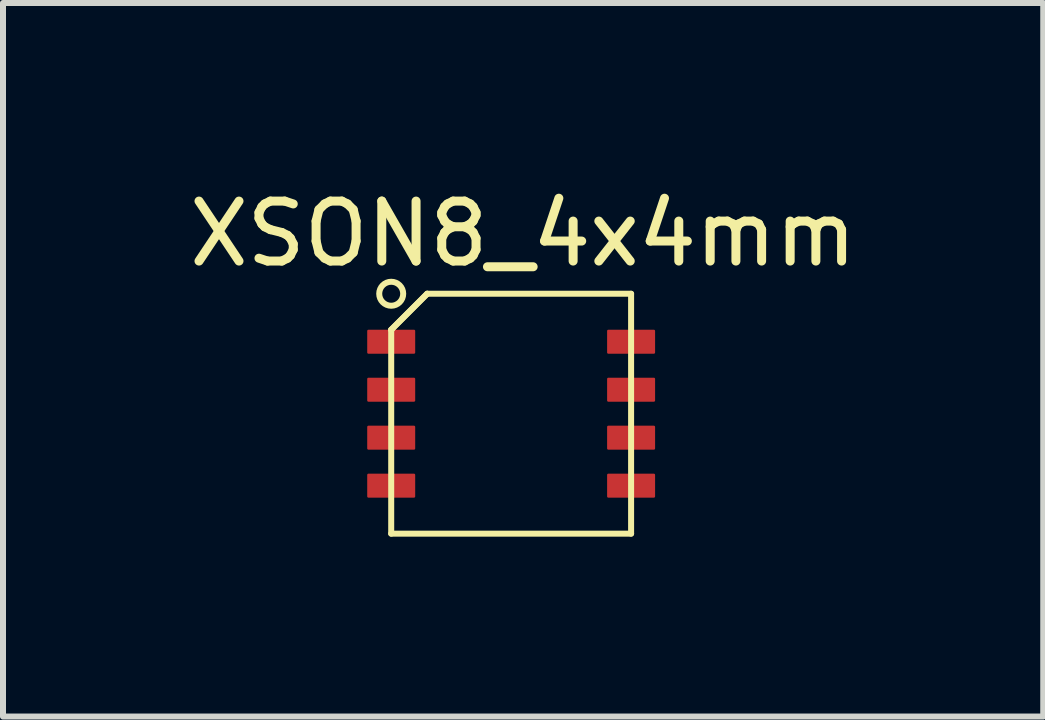
<source format=kicad_pcb>
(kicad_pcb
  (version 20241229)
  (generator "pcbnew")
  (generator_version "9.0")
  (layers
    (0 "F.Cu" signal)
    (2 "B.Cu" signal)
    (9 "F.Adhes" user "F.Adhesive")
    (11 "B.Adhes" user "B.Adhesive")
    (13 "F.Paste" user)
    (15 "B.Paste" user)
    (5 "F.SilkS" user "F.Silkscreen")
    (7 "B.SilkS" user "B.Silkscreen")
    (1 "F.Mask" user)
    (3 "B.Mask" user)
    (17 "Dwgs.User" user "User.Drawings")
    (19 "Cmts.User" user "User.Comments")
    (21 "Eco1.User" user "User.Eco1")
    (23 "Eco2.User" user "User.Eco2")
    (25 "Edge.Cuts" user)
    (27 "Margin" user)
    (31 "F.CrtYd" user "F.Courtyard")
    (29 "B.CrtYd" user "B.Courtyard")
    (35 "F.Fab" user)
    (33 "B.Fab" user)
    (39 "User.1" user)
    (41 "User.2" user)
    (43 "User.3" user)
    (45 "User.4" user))
  (footprint "XSON8_4x4mm"
    (layer "F.Cu")
    (at 5.673 3.648)
    (property "Reference" "XSON8_4x4mm" (at 0 -2.8 0) (unlocked yes) (layer "F.SilkS") (effects (font (size 1 1) (thickness 0.15))))
    (attr smd)
    (fp_line (start -2.2 -1.2) (end -2.2 2.2) (stroke (width 0.1) (type solid)) (layer "F.SilkS"))
    (fp_line (start -2.2 2.2) (end 1.8 2.2) (stroke (width 0.1) (type solid)) (layer "F.SilkS"))
    (fp_line (start -1.6 -1.8) (end -2.2 -1.2) (stroke (width 0.1) (type solid)) (layer "F.SilkS"))
    (fp_line (start -1.6 -1.8) (end -2.2 -1.2) (stroke (width 0.1) (type solid)) (layer "F.SilkS"))
    (fp_line (start 1.8 -1.8) (end -1.6 -1.8) (stroke (width 0.1) (type solid)) (layer "F.SilkS"))
    (fp_line (start 1.8 2.2) (end 1.8 -1.8) (stroke (width 0.1) (type solid)) (layer "F.SilkS"))
    (fp_circle (center -2.2 -1.8) (end -2.4 -1.8) (stroke (width 0.1) (type solid)) (fill no) (layer "F.SilkS"))
    (pad "1" smd roundrect (at -2.2 -1 180) (size 0.8 0.4) (layers "F.Cu" "F.Mask" "F.Paste") (roundrect_rratio 0.05))
    (pad "2" smd roundrect (at -2.2 -0.2 180) (size 0.8 0.4) (layers "F.Cu" "F.Mask" "F.Paste") (roundrect_rratio 0.05))
    (pad "3" smd roundrect (at -2.2 0.6 180) (size 0.8 0.4) (layers "F.Cu" "F.Mask" "F.Paste") (roundrect_rratio 0.05))
    (pad "4" smd roundrect (at -2.2 1.4 180) (size 0.8 0.4) (layers "F.Cu" "F.Mask" "F.Paste") (roundrect_rratio 0.05))
    (pad "5" smd roundrect (at 1.8 1.4 180) (size 0.8 0.4) (layers "F.Cu" "F.Mask" "F.Paste") (roundrect_rratio 0.05))
    (pad "6" smd roundrect (at 1.8 0.6 180) (size 0.8 0.4) (layers "F.Cu" "F.Mask" "F.Paste") (roundrect_rratio 0.05))
    (pad "7" smd roundrect (at 1.8 -0.2 180) (size 0.8 0.4) (layers "F.Cu" "F.Mask" "F.Paste") (roundrect_rratio 0.05))
    (pad "8" smd roundrect (at 1.8 -1 180) (size 0.8 0.4) (layers "F.Cu" "F.Mask" "F.Paste") (roundrect_rratio 0.05)))
  (gr_rect
    (start -3 -3)
    (end 14.345 8.898)
    (stroke (width 0.1) (type default))
    (fill no)
    (layer "Edge.Cuts")))
</source>
